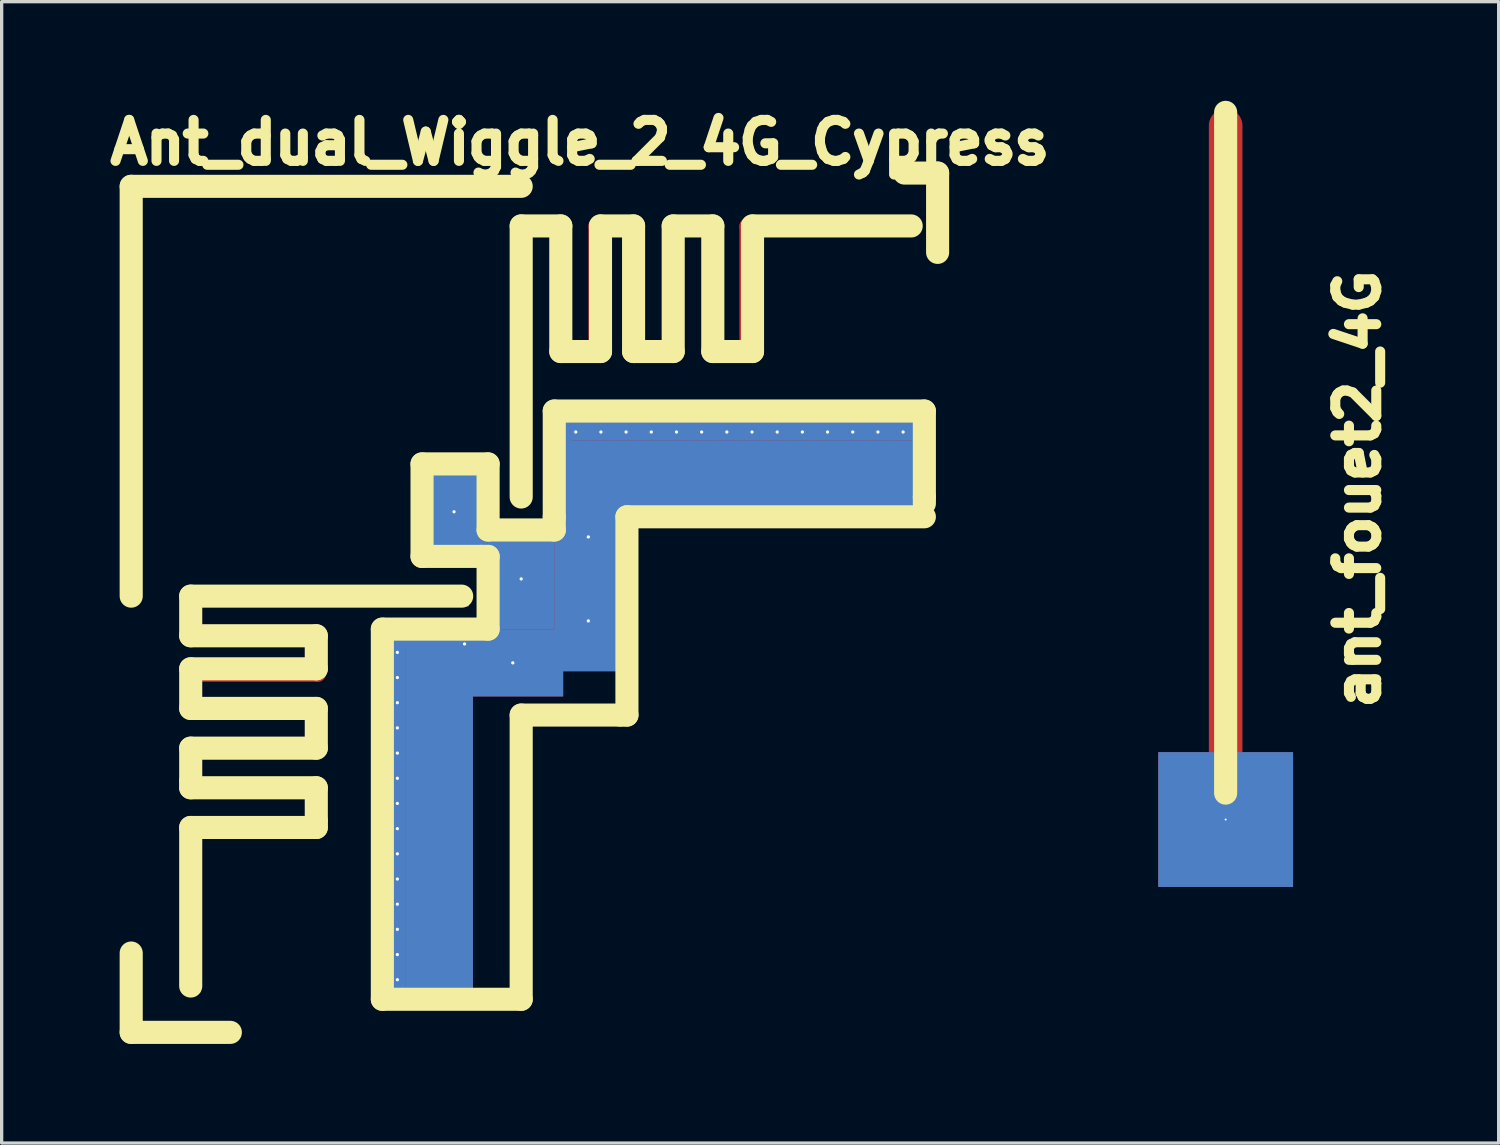
<source format=kicad_pcb>
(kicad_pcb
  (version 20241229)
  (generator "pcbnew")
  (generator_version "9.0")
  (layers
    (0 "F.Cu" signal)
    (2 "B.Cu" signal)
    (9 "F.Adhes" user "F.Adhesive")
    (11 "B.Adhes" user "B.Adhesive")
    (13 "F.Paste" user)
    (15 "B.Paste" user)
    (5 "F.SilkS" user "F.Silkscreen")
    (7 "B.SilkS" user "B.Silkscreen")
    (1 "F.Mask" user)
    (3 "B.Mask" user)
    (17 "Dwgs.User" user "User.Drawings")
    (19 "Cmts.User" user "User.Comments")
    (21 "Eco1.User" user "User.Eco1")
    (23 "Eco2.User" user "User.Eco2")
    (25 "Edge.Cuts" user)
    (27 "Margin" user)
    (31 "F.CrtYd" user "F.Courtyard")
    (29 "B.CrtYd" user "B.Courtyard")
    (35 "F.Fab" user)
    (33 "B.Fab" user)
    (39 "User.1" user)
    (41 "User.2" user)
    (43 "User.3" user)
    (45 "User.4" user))
  (footprint "Ant_dual_Wiggle_2_4G_Cypress"
    (layer "F.Cu")
    (at 12.721 9.388)
    (property "Reference" "Ant_dual_Wiggle_2_4G_Cypress" (at 1.778 -8.128 0) (layer "F.SilkS") (effects (font (size 1.24 1.24) (thickness 0.305))))
    (attr through_hole)
    (fp_line (start -9.97 5.652) (end -9.97 6.795) (stroke (width 0.508) (type solid)) (layer "F.Cu"))
    (fp_line (start -9.97 5.652) (end -6.16 5.652) (stroke (width 0.508) (type solid)) (layer "F.Cu"))
    (fp_line (start -9.97 6.795) (end -6.16 6.795) (stroke (width 0.508) (type solid)) (layer "F.Cu"))
    (fp_line (start -9.97 7.938) (end -9.97 9.081) (stroke (width 0.508) (type solid)) (layer "F.Cu"))
    (fp_line (start -9.97 9.081) (end -6.16 9.081) (stroke (width 0.508) (type solid)) (layer "F.Cu"))
    (fp_line (start -9.97 10.223) (end -9.97 11.367) (stroke (width 0.508) (type solid)) (layer "F.Cu"))
    (fp_line (start -9.97 11.367) (end -6.16 11.367) (stroke (width 0.508) (type solid)) (layer "F.Cu"))
    (fp_line (start -9.97 12.509) (end -9.97 17.335) (stroke (width 0.508) (type solid)) (layer "F.Cu"))
    (fp_line (start -6.16 5.652) (end -4.381 5.652) (stroke (width 0.508) (type solid)) (layer "F.Cu"))
    (fp_line (start -6.16 6.795) (end -6.16 7.938) (stroke (width 0.508) (type solid)) (layer "F.Cu"))
    (fp_line (start -6.16 7.938) (end -9.97 7.938) (stroke (width 0.508) (type solid)) (layer "F.Cu"))
    (fp_line (start -6.16 9.081) (end -6.16 10.223) (stroke (width 0.508) (type solid)) (layer "F.Cu"))
    (fp_line (start -6.16 10.223) (end -9.97 10.223) (stroke (width 0.508) (type solid)) (layer "F.Cu"))
    (fp_line (start -6.16 11.367) (end -6.16 12.509) (stroke (width 0.508) (type solid)) (layer "F.Cu"))
    (fp_line (start -6.16 12.509) (end -9.97 12.509) (stroke (width 0.508) (type solid)) (layer "F.Cu"))
    (fp_line (start -4.381 5.652) (end -1.841 5.652) (stroke (width 0.508) (type solid)) (layer "F.Cu"))
    (fp_line (start -4.128 6.921) (end -4.128 17.843) (stroke (width 0.508) (type solid)) (layer "F.Cu"))
    (fp_line (start -4.128 6.921) (end -1.841 6.921) (stroke (width 0.508) (type solid)) (layer "F.Cu"))
    (fp_line (start -4.128 17.843) (end -1.841 17.843) (stroke (width 0.508) (type solid)) (layer "F.Cu"))
    (fp_line (start -3.239 6.921) (end -3.239 17.843) (stroke (width 0.508) (type solid)) (layer "F.Cu"))
    (fp_line (start -2.857 6.921) (end -2.857 17.843) (stroke (width 0.508) (type solid)) (layer "F.Cu"))
    (fp_line (start -2.477 6.921) (end -2.477 17.843) (stroke (width 0.508) (type solid)) (layer "F.Cu"))
    (fp_line (start -2.095 6.921) (end -2.095 17.843) (stroke (width 0.508) (type solid)) (layer "F.Cu"))
    (fp_line (start -1.714 6.921) (end -1.714 17.843) (stroke (width 0.508) (type solid)) (layer "F.Cu"))
    (fp_line (start 0 -5.588) (end 0 -1.778) (stroke (width 0.508) (type solid)) (layer "F.Cu"))
    (fp_line (start 0 -5.588) (end 1.143 -5.588) (stroke (width 0.508) (type solid)) (layer "F.Cu"))
    (fp_line (start 0 -1.778) (end 0 0) (stroke (width 0.508) (type solid)) (layer "F.Cu"))
    (fp_line (start 0 0) (end 0 2.54) (stroke (width 0.508) (type solid)) (layer "F.Cu"))
    (fp_line (start 1.143 -5.588) (end 1.143 -1.778) (stroke (width 0.508) (type solid)) (layer "F.Cu"))
    (fp_line (start 1.143 -1.778) (end 2.286 -1.778) (stroke (width 0.508) (type solid)) (layer "F.Cu"))
    (fp_line (start 1.27 0.254) (end 1.27 2.54) (stroke (width 0.508) (type solid)) (layer "F.Cu"))
    (fp_line (start 1.27 0.254) (end 12.192 0.254) (stroke (width 0.508) (type solid)) (layer "F.Cu"))
    (fp_line (start 1.27 1.143) (end 12.192 1.143) (stroke (width 0.508) (type solid)) (layer "F.Cu"))
    (fp_line (start 1.27 1.524) (end 12.192 1.524) (stroke (width 0.508) (type solid)) (layer "F.Cu"))
    (fp_line (start 1.27 1.905) (end 12.192 1.905) (stroke (width 0.508) (type solid)) (layer "F.Cu"))
    (fp_line (start 1.27 2.286) (end 12.192 2.286) (stroke (width 0.508) (type solid)) (layer "F.Cu"))
    (fp_line (start 1.27 2.667) (end 12.192 2.667) (stroke (width 0.508) (type solid)) (layer "F.Cu"))
    (fp_line (start 2.286 -5.588) (end 3.429 -5.588) (stroke (width 0.508) (type solid)) (layer "F.Cu"))
    (fp_line (start 2.286 -1.778) (end 2.286 -5.588) (stroke (width 0.508) (type solid)) (layer "F.Cu"))
    (fp_line (start 3.429 -5.588) (end 3.429 -1.778) (stroke (width 0.508) (type solid)) (layer "F.Cu"))
    (fp_line (start 3.429 -1.778) (end 4.572 -1.778) (stroke (width 0.508) (type solid)) (layer "F.Cu"))
    (fp_line (start 4.572 -5.588) (end 5.715 -5.588) (stroke (width 0.508) (type solid)) (layer "F.Cu"))
    (fp_line (start 4.572 -1.778) (end 4.572 -5.588) (stroke (width 0.508) (type solid)) (layer "F.Cu"))
    (fp_line (start 5.715 -5.588) (end 5.715 -1.778) (stroke (width 0.508) (type solid)) (layer "F.Cu"))
    (fp_line (start 5.715 -1.778) (end 6.858 -1.778) (stroke (width 0.508) (type solid)) (layer "F.Cu"))
    (fp_line (start 6.858 -5.588) (end 11.684 -5.588) (stroke (width 0.508) (type solid)) (layer "F.Cu"))
    (fp_line (start 6.858 -1.778) (end 6.858 -5.588) (stroke (width 0.508) (type solid)) (layer "F.Cu"))
    (fp_line (start 12.192 0.254) (end 12.192 2.54) (stroke (width 0.508) (type solid)) (layer "F.Cu"))
    (fp_line (start -4.128 6.921) (end -4.128 17.843) (stroke (width 0.508) (type solid)) (layer "B.Cu"))
    (fp_line (start -3.239 6.921) (end -3.239 17.843) (stroke (width 0.508) (type solid)) (layer "B.Cu"))
    (fp_line (start -2.857 6.921) (end -2.857 17.843) (stroke (width 0.508) (type solid)) (layer "B.Cu"))
    (fp_line (start -2.477 6.921) (end -2.477 17.843) (stroke (width 0.508) (type solid)) (layer "B.Cu"))
    (fp_line (start -2.095 6.921) (end -2.095 17.843) (stroke (width 0.508) (type solid)) (layer "B.Cu"))
    (fp_line (start -1.714 6.921) (end -4.128 6.921) (stroke (width 0.508) (type solid)) (layer "B.Cu"))
    (fp_line (start -1.714 6.921) (end -1.714 17.843) (stroke (width 0.508) (type solid)) (layer "B.Cu"))
    (fp_line (start -1.714 17.843) (end -4.128 17.843) (stroke (width 0.508) (type solid)) (layer "B.Cu"))
    (fp_line (start 1.27 0.254) (end 12.192 0.254) (stroke (width 0.508) (type solid)) (layer "B.Cu"))
    (fp_line (start 1.27 1.143) (end 12.192 1.143) (stroke (width 0.508) (type solid)) (layer "B.Cu"))
    (fp_line (start 1.27 1.524) (end 12.192 1.524) (stroke (width 0.508) (type solid)) (layer "B.Cu"))
    (fp_line (start 1.27 1.905) (end 12.192 1.905) (stroke (width 0.508) (type solid)) (layer "B.Cu"))
    (fp_line (start 1.27 2.286) (end 12.192 2.286) (stroke (width 0.508) (type solid)) (layer "B.Cu"))
    (fp_line (start 1.27 2.667) (end 1.27 0.254) (stroke (width 0.508) (type solid)) (layer "B.Cu"))
    (fp_line (start 1.27 2.667) (end 12.192 2.667) (stroke (width 0.508) (type solid)) (layer "B.Cu"))
    (fp_line (start 12.192 2.667) (end 12.192 0.254) (stroke (width 0.508) (type solid)) (layer "B.Cu"))
    (fp_line (start -11.801 -6.8) (end 0 -6.8) (stroke (width 0.699) (type solid)) (layer "F.SilkS"))
    (fp_line (start -11.801 5.601) (end -11.801 -6.8) (stroke (width 0.699) (type solid)) (layer "F.SilkS"))
    (fp_line (start -11.801 16.401) (end -11.801 18.801) (stroke (width 0.699) (type solid)) (layer "F.SilkS"))
    (fp_line (start -11.801 18.801) (end -8.801 18.801) (stroke (width 0.699) (type solid)) (layer "F.SilkS"))
    (fp_line (start -10 5.601) (end -10 6.8) (stroke (width 0.699) (type solid)) (layer "F.SilkS"))
    (fp_line (start -10 6.8) (end -6.2 6.8) (stroke (width 0.699) (type solid)) (layer "F.SilkS"))
    (fp_line (start -10 7.8) (end -10 8.999) (stroke (width 0.699) (type solid)) (layer "F.SilkS"))
    (fp_line (start -10 8.999) (end -6.2 8.999) (stroke (width 0.699) (type solid)) (layer "F.SilkS"))
    (fp_line (start -10 10.201) (end -10 11.199) (stroke (width 0.699) (type solid)) (layer "F.SilkS"))
    (fp_line (start -10 11.199) (end -10 11.4) (stroke (width 0.699) (type solid)) (layer "F.SilkS"))
    (fp_line (start -10 11.4) (end -6.2 11.4) (stroke (width 0.699) (type solid)) (layer "F.SilkS"))
    (fp_line (start -10 12.601) (end -10 17.399) (stroke (width 0.699) (type solid)) (layer "F.SilkS"))
    (fp_line (start -6.2 6.8) (end -6.2 7.8) (stroke (width 0.699) (type solid)) (layer "F.SilkS"))
    (fp_line (start -6.2 7.8) (end -10 7.8) (stroke (width 0.699) (type solid)) (layer "F.SilkS"))
    (fp_line (start -6.2 8.999) (end -6.2 10.201) (stroke (width 0.699) (type solid)) (layer "F.SilkS"))
    (fp_line (start -6.2 10.201) (end -10 10.201) (stroke (width 0.699) (type solid)) (layer "F.SilkS"))
    (fp_line (start -6.2 11.4) (end -6.2 12.4) (stroke (width 0.699) (type solid)) (layer "F.SilkS"))
    (fp_line (start -6.2 12.4) (end -6.2 12.601) (stroke (width 0.699) (type solid)) (layer "F.SilkS"))
    (fp_line (start -6.2 12.601) (end -10 12.601) (stroke (width 0.699) (type solid)) (layer "F.SilkS"))
    (fp_line (start -4.201 6.599) (end -4.201 17.8) (stroke (width 0.699) (type solid)) (layer "F.SilkS"))
    (fp_line (start -4.201 17.8) (end 0 17.8) (stroke (width 0.699) (type solid)) (layer "F.SilkS"))
    (fp_line (start -3 1.6) (end -3 4.399) (stroke (width 0.699) (type solid)) (layer "F.SilkS"))
    (fp_line (start -3 4.399) (end -1.199 4.399) (stroke (width 0.699) (type solid)) (layer "F.SilkS"))
    (fp_line (start -1.801 5.601) (end -10 5.601) (stroke (width 0.699) (type solid)) (layer "F.SilkS"))
    (fp_line (start -1.199 4.399) (end -1.001 4.399) (stroke (width 0.699) (type solid)) (layer "F.SilkS"))
    (fp_line (start -1.001 1.6) (end -3 1.6) (stroke (width 0.699) (type solid)) (layer "F.SilkS"))
    (fp_line (start -1.001 3.599) (end -1.001 1.6) (stroke (width 0.699) (type solid)) (layer "F.SilkS"))
    (fp_line (start -1.001 4.399) (end -1.001 6.599) (stroke (width 0.699) (type solid)) (layer "F.SilkS"))
    (fp_line (start -1.001 6.599) (end -4.201 6.599) (stroke (width 0.699) (type solid)) (layer "F.SilkS"))
    (fp_line (start 0 -5.601) (end 0 2.601) (stroke (width 0.699) (type solid)) (layer "F.SilkS"))
    (fp_line (start 0 9.2) (end 3 9.2) (stroke (width 0.699) (type solid)) (layer "F.SilkS"))
    (fp_line (start 0 17.8) (end 0 9.2) (stroke (width 0.699) (type solid)) (layer "F.SilkS"))
    (fp_line (start 1.001 0) (end 1.001 3.2) (stroke (width 0.699) (type solid)) (layer "F.SilkS"))
    (fp_line (start 1.001 0) (end 12.2 0) (stroke (width 0.699) (type solid)) (layer "F.SilkS"))
    (fp_line (start 1.001 3.2) (end 1.001 3.599) (stroke (width 0.699) (type solid)) (layer "F.SilkS"))
    (fp_line (start 1.001 3.599) (end -1.001 3.599) (stroke (width 0.699) (type solid)) (layer "F.SilkS"))
    (fp_line (start 1.199 -5.601) (end 0 -5.601) (stroke (width 0.699) (type solid)) (layer "F.SilkS"))
    (fp_line (start 1.199 -1.801) (end 1.199 -5.601) (stroke (width 0.699) (type solid)) (layer "F.SilkS"))
    (fp_line (start 2.4 -5.601) (end 2.4 -1.801) (stroke (width 0.699) (type solid)) (layer "F.SilkS"))
    (fp_line (start 2.4 -1.801) (end 1.199 -1.801) (stroke (width 0.699) (type solid)) (layer "F.SilkS"))
    (fp_line (start 3 9.2) (end 3.2 9.2) (stroke (width 0.699) (type solid)) (layer "F.SilkS"))
    (fp_line (start 3.2 3.2) (end 12.2 3.2) (stroke (width 0.699) (type solid)) (layer "F.SilkS"))
    (fp_line (start 3.2 9.2) (end 3.2 3.2) (stroke (width 0.699) (type solid)) (layer "F.SilkS"))
    (fp_line (start 3.401 -5.601) (end 2.4 -5.601) (stroke (width 0.699) (type solid)) (layer "F.SilkS"))
    (fp_line (start 3.401 -1.801) (end 3.401 -5.601) (stroke (width 0.699) (type solid)) (layer "F.SilkS"))
    (fp_line (start 4.6 -5.601) (end 4.6 -1.801) (stroke (width 0.699) (type solid)) (layer "F.SilkS"))
    (fp_line (start 4.6 -1.801) (end 3.401 -1.801) (stroke (width 0.699) (type solid)) (layer "F.SilkS"))
    (fp_line (start 5.799 -5.601) (end 4.6 -5.601) (stroke (width 0.699) (type solid)) (layer "F.SilkS"))
    (fp_line (start 5.799 -1.801) (end 5.799 -5.601) (stroke (width 0.699) (type solid)) (layer "F.SilkS"))
    (fp_line (start 7 -5.601) (end 7 -1.801) (stroke (width 0.699) (type solid)) (layer "F.SilkS"))
    (fp_line (start 7 -1.801) (end 5.799 -1.801) (stroke (width 0.699) (type solid)) (layer "F.SilkS"))
    (fp_line (start 11.6 -7.201) (end 12.4 -7.201) (stroke (width 0.699) (type solid)) (layer "F.SilkS"))
    (fp_line (start 11.801 -5.601) (end 7 -5.601) (stroke (width 0.699) (type solid)) (layer "F.SilkS"))
    (fp_line (start 12.2 0) (end 12.2 2.601) (stroke (width 0.699) (type solid)) (layer "F.SilkS"))
    (fp_line (start 12.2 2.601) (end 12.2 2.799) (stroke (width 0.699) (type solid)) (layer "F.SilkS"))
    (fp_line (start 12.4 -7.201) (end 12.601 -7.201) (stroke (width 0.699) (type solid)) (layer "F.SilkS"))
    (fp_line (start 12.601 -7.201) (end 12.601 -4.801) (stroke (width 0.699) (type solid)) (layer "F.SilkS"))
    (pad "" thru_hole rect (at -9.97 17.335 270) (size 0.511 0.511) (drill 0.000001) (layers "F.Cu"))
    (pad "" thru_hole rect (at -3.747 7.303 270) (size 0.795 0.511) (drill 0.099) (layers "*.Cu"))
    (pad "" thru_hole rect (at -3.747 8.065 270) (size 0.795 0.511) (drill 0.099) (layers "*.Cu"))
    (pad "" thru_hole rect (at -3.747 8.826 270) (size 0.795 0.511) (drill 0.099) (layers "*.Cu"))
    (pad "" thru_hole rect (at -3.747 9.588 270) (size 0.795 0.511) (drill 0.099) (layers "*.Cu"))
    (pad "" thru_hole rect (at -3.747 10.351 270) (size 0.795 0.511) (drill 0.099) (layers "*.Cu"))
    (pad "" thru_hole rect (at -3.747 11.113 270) (size 0.795 0.511) (drill 0.099) (layers "*.Cu"))
    (pad "" thru_hole rect (at -3.747 11.874 270) (size 0.795 0.511) (drill 0.099) (layers "*.Cu"))
    (pad "" thru_hole rect (at -3.747 12.636 270) (size 0.795 0.511) (drill 0.099) (layers "*.Cu"))
    (pad "" thru_hole rect (at -3.747 13.399 270) (size 0.795 0.511) (drill 0.099) (layers "*.Cu"))
    (pad "" thru_hole rect (at -3.747 14.161 270) (size 0.795 0.511) (drill 0.099) (layers "*.Cu"))
    (pad "" thru_hole rect (at -3.747 14.922 270) (size 0.795 0.511) (drill 0.099) (layers "*.Cu"))
    (pad "" thru_hole rect (at -3.747 15.684 270) (size 0.795 0.511) (drill 0.099) (layers "*.Cu"))
    (pad "" thru_hole rect (at -3.747 16.447 270) (size 0.795 0.511) (drill 0.099) (layers "*.Cu"))
    (pad "" thru_hole rect (at -3.747 17.209 270) (size 0.795 0.511) (drill 0.099) (layers "*.Cu"))
    (pad "" thru_hole rect (at -2.032 3.048) (size 2.032 3.048) (drill 0.099) (layers "B.Cu"))
    (pad "" thru_hole rect (at -1.714 7.048 270) (size 0.795 0.511) (drill 0.099) (layers "*.Cu"))
    (pad "" thru_hole rect (at -0.254 7.62 90) (size 2.032 3.048) (drill 0.099) (layers "B.Cu"))
    (pad "" thru_hole rect (at 0 5.08) (size 2.032 3.048) (drill 0.099) (layers "B.Cu"))
    (pad "" thru_hole rect (at 1.651 0.635) (size 0.795 0.511) (drill 0.099) (layers "*.Cu"))
    (pad "" thru_hole rect (at 2.032 3.81) (size 2.032 3.048) (drill 0.099) (layers "B.Cu"))
    (pad "" thru_hole rect (at 2.032 6.35) (size 2.032 3.048) (drill 0.099) (layers "B.Cu"))
    (pad "" thru_hole rect (at 2.413 0.635) (size 0.795 0.511) (drill 0.099) (layers "*.Cu"))
    (pad "" thru_hole rect (at 3.175 0.635) (size 0.795 0.511) (drill 0.099) (layers "*.Cu"))
    (pad "" thru_hole rect (at 3.937 0.635) (size 0.795 0.511) (drill 0.099) (layers "*.Cu"))
    (pad "" thru_hole rect (at 4.699 0.635) (size 0.795 0.511) (drill 0.099) (layers "*.Cu"))
    (pad "" thru_hole rect (at 5.461 0.635) (size 0.795 0.511) (drill 0.099) (layers "*.Cu"))
    (pad "" thru_hole rect (at 6.223 0.635) (size 0.795 0.511) (drill 0.099) (layers "*.Cu"))
    (pad "" thru_hole rect (at 6.985 0.635) (size 0.795 0.511) (drill 0.099) (layers "*.Cu"))
    (pad "" thru_hole rect (at 7.747 0.635) (size 0.795 0.511) (drill 0.099) (layers "*.Cu"))
    (pad "" thru_hole rect (at 8.509 0.635) (size 0.795 0.511) (drill 0.099) (layers "*.Cu"))
    (pad "" thru_hole rect (at 9.271 0.635) (size 0.795 0.511) (drill 0.099) (layers "*.Cu"))
    (pad "" thru_hole rect (at 10.033 0.635) (size 0.795 0.511) (drill 0.099) (layers "*.Cu"))
    (pad "" thru_hole rect (at 10.795 0.635) (size 0.795 0.511) (drill 0.099) (layers "*.Cu"))
    (pad "" thru_hole rect (at 11.557 0.635) (size 0.795 0.511) (drill 0.099) (layers "*.Cu"))
    (pad "1" thru_hole rect (at 0 2.54) (size 0.511 0.511) (drill 0.000001) (layers "F.Cu"))
    (pad "1" thru_hole rect (at 11.684 -5.588) (size 0.511 0.511) (drill 0.000001) (layers "F.Cu"))
    (pad "2" thru_hole rect (at -1.841 5.652 270) (size 0.511 0.511) (drill 0.000001) (layers "F.Cu")))
  (footprint "ant_fouet2_4G"
    (layer "F.Cu")
    (at 34.038 21.749)
    (property "Reference" "ant_fouet2_4G" (at 4 -10 90) (layer "F.SilkS") (effects (font (size 1.24 1.24) (thickness 0.305))))
    (attr through_hole)
    (fp_line (start 0 -1.001) (end 0 -21.001) (stroke (width 1.016) (type solid)) (layer "F.Cu"))
    (fp_line (start 0 -0.8) (end 0 -21.399) (stroke (width 0.699) (type solid)) (layer "F.SilkS"))
    (pad "1" thru_hole rect (at 0 0) (size 4.079 4.079) (drill 0.061) (layers "*.Cu")))
  (gr_rect
    (start -3 -3)
    (end 42.299 31.538)
    (stroke (width 0.1) (type default))
    (fill no)
    (layer "Edge.Cuts")))
</source>
